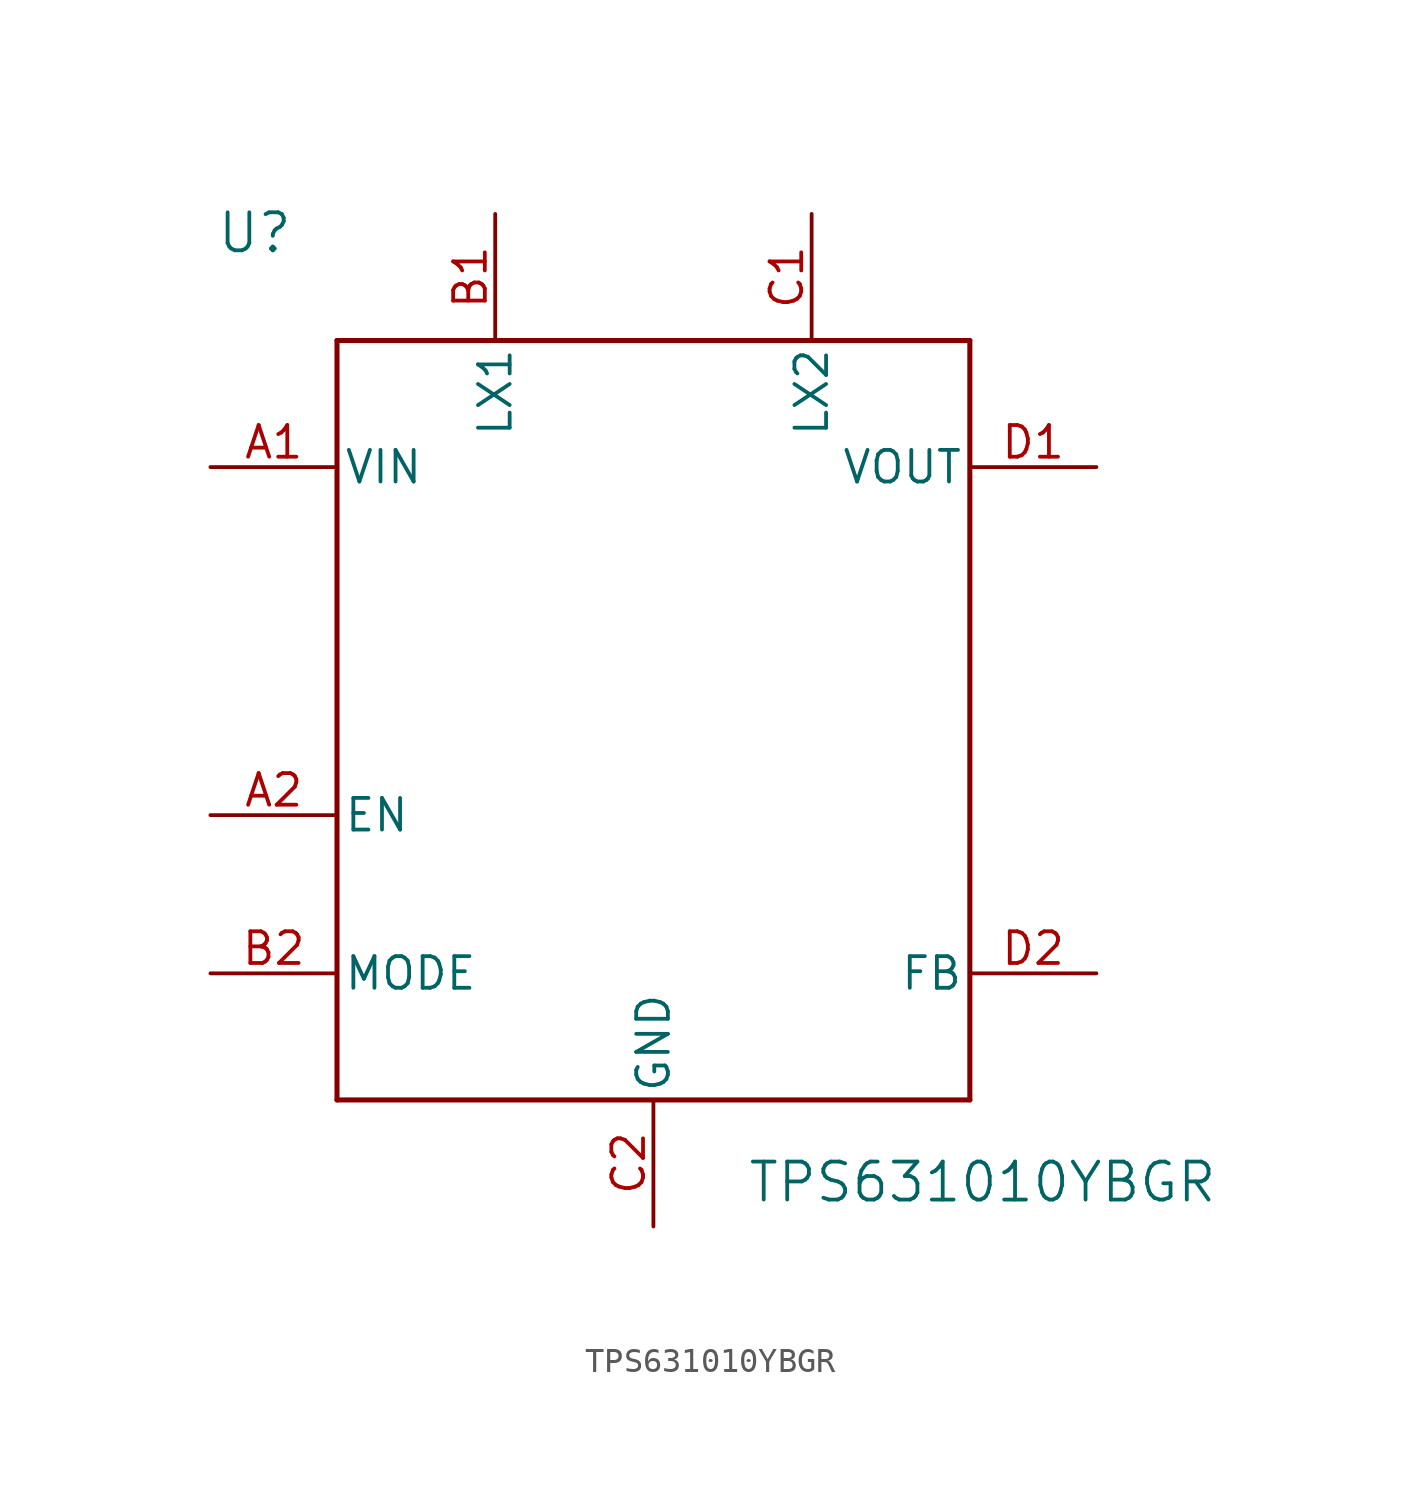
<source format=kicad_sym>
(kicad_symbol_lib
  (version 20231120)
  (generator "kicad_symbol_editor")
  (generator_version "8.0")
  (symbol "TPS631010YBGR"
    (pin_names
      (offset 0.254))
    (property "Reference" "U"
      (at 1.778 9.398 0)
      (effects (font (size 1.524 1.524))))
    (property "Value" "TPS631010YBGR"
      (at 30.988 -28.702 0)
      (effects (font (size 1.524 1.524))))
    (property "ki_locked" ""
      (at 0 0 0)
      (effects (font (size 1.27 1.27))))
    (symbol "TPS631010YBGR_0_1"
      (polyline (pts (xy 5.08 -25.4) (xy 30.48 -25.4)) (stroke (width 0.203) (type default)) (fill (type none)))
      (polyline (pts (xy 5.08 5.08) (xy 5.08 -25.4)) (stroke (width 0.203) (type default)) (fill (type none)))
      (polyline (pts (xy 30.48 -25.4) (xy 30.48 5.08)) (stroke (width 0.203) (type default)) (fill (type none)))
      (polyline (pts (xy 30.48 5.08) (xy 5.08 5.08)) (stroke (width 0.203) (type default)) (fill (type none)))
      (pin power_in line (at 0 0 0) (length 5.08) (name "VIN" (effects (font (size 1.27 1.27)))) (number "A1" (effects (font (size 1.27 1.27)))))
      (pin input line (at 0 -13.97 0) (length 5.08) (name "EN" (effects (font (size 1.27 1.27)))) (number "A2" (effects (font (size 1.27 1.27)))))
      (pin unspecified line (at 11.43 10.16 270) (length 5.08) (name "LX1" (effects (font (size 1.27 1.27)))) (number "B1" (effects (font (size 1.27 1.27)))))
      (pin input line (at 0 -20.32 0) (length 5.08) (name "MODE" (effects (font (size 1.27 1.27)))) (number "B2" (effects (font (size 1.27 1.27)))))
      (pin unspecified line (at 24.13 10.16 270) (length 5.08) (name "LX2" (effects (font (size 1.27 1.27)))) (number "C1" (effects (font (size 1.27 1.27)))))
      (pin power_in line (at 17.78 -30.48 90) (length 5.08) (name "GND" (effects (font (size 1.27 1.27)))) (number "C2" (effects (font (size 1.27 1.27)))))
      (pin unspecified line (at 35.56 0 180) (length 5.08) (name "VOUT" (effects (font (size 1.27 1.27)))) (number "D1" (effects (font (size 1.27 1.27)))))
      (pin unspecified line (at 35.56 -20.32 180) (length 5.08) (name "FB" (effects (font (size 1.27 1.27)))) (number "D2" (effects (font (size 1.27 1.27))))))))
</source>
